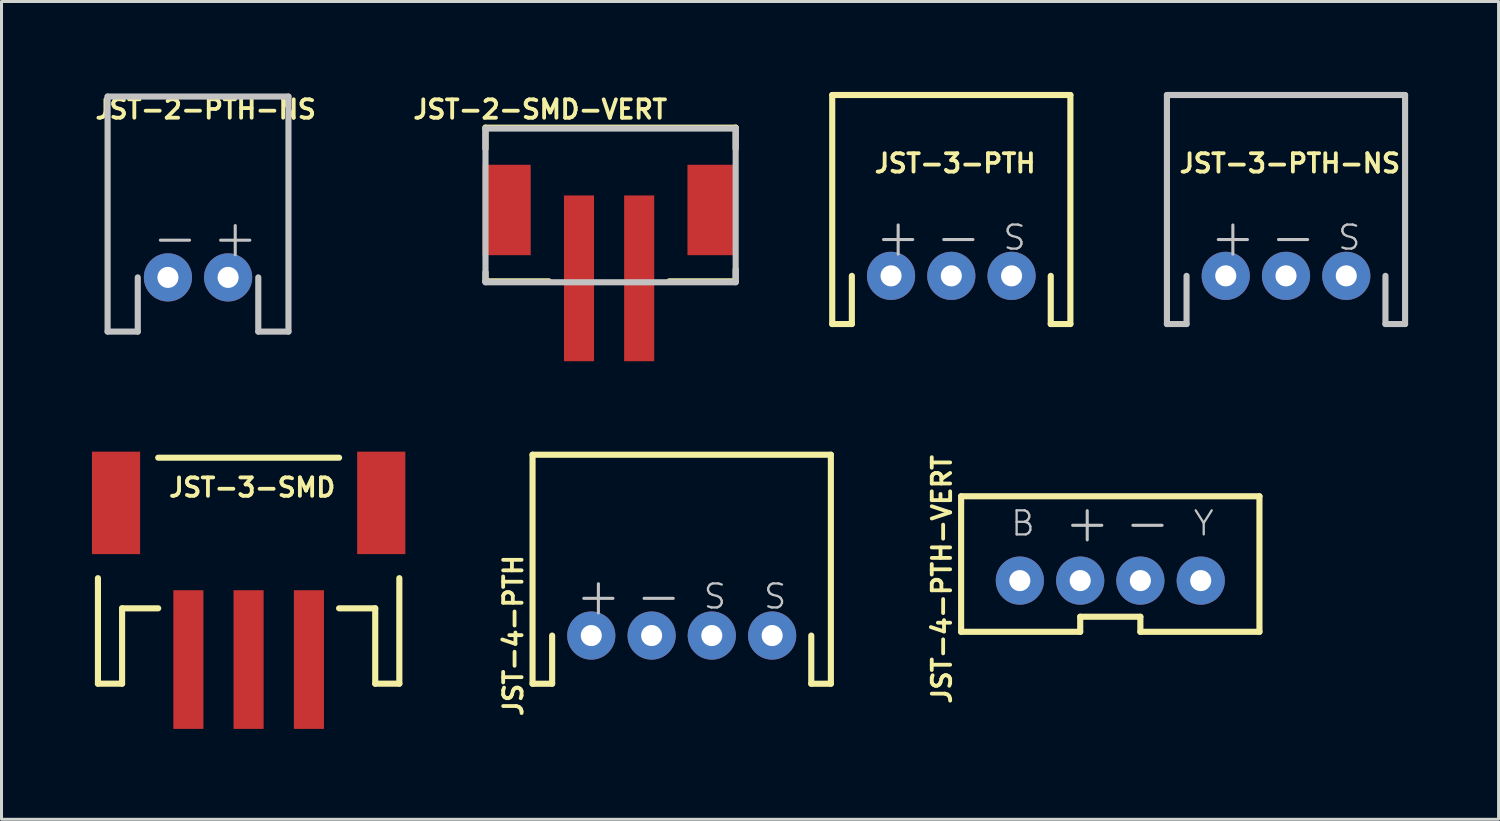
<source format=kicad_pcb>
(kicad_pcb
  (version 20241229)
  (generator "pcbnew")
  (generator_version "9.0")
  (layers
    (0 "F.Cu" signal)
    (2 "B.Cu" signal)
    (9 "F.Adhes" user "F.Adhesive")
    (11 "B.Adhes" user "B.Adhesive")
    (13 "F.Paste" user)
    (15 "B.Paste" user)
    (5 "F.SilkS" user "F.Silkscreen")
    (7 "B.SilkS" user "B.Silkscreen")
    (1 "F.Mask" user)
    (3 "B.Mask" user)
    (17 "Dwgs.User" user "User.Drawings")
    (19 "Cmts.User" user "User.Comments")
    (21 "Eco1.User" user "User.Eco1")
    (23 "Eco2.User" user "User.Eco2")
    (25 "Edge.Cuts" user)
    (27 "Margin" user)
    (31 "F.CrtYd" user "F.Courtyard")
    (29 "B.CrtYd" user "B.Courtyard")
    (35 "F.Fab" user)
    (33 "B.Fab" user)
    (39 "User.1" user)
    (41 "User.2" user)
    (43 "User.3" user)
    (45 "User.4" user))
  (footprint "JST-4-PTH"
    (layer "F.Cu")
    (at 19.564 18.033)
    (property "Reference" "JST-4-PTH" (at -5.588 0 90) (layer "F.SilkS") (effects (font (size 0.61 0.61) (thickness 0.127))))
    (attr exclude_from_pos_files exclude_from_bom)
    (fp_line (start -4.948 -5.999) (end 4.948 -5.999) (stroke (width 0.203) (type solid)) (layer "F.SilkS"))
    (fp_line (start -4.948 1.598) (end -4.948 -5.999) (stroke (width 0.203) (type solid)) (layer "F.SilkS"))
    (fp_line (start -4.948 1.598) (end -4.298 1.598) (stroke (width 0.203) (type solid)) (layer "F.SilkS"))
    (fp_line (start -4.298 1.598) (end -4.298 0) (stroke (width 0.203) (type solid)) (layer "F.SilkS"))
    (fp_line (start 4.298 1.598) (end 4.298 0) (stroke (width 0.203) (type solid)) (layer "F.SilkS"))
    (fp_line (start 4.948 -5.999) (end 4.948 1.598) (stroke (width 0.203) (type solid)) (layer "F.SilkS"))
    (fp_line (start 4.948 1.598) (end 4.298 1.598) (stroke (width 0.203) (type solid)) (layer "F.SilkS"))
    (fp_text user "S" (at 3.099 -1.298 0) (layer "Dwgs.User") (effects (font (size 0.798 0.798) (thickness 0.076))))
    (fp_text user "+" (at -2.764 -1.333 0) (layer "Dwgs.User") (effects (font (size 1.27 1.27) (thickness 0.102))))
    (fp_text user "-" (at -0.765 -1.333 0) (layer "Dwgs.User") (effects (font (size 1.27 1.27) (thickness 0.102))))
    (fp_text user "S" (at 1.1 -1.298 0) (layer "Dwgs.User") (effects (font (size 0.798 0.798) (thickness 0.076))))
    (pad "1" thru_hole circle (at -3 0) (size 1.598 1.598) (drill 0.699) (layers "*.Cu" "*.Paste" "*.Mask"))
    (pad "2" thru_hole circle (at -0.998 0) (size 1.598 1.598) (drill 0.699) (layers "*.Cu" "*.Paste" "*.Mask"))
    (pad "3" thru_hole circle (at 0.998 0) (size 1.598 1.598) (drill 0.699) (layers "*.Cu" "*.Paste" "*.Mask"))
    (pad "4" thru_hole circle (at 3 0) (size 1.598 1.598) (drill 0.699) (layers "*.Cu" "*.Paste" "*.Mask")))
  (footprint "JST-3-PTH-NS"
    (layer "F.Cu")
    (at 39.61 6.101)
    (property "Reference" "JST-3-PTH-NS" (at 0.127 -3.734 0) (layer "F.SilkS") (effects (font (size 0.61 0.61) (thickness 0.127))))
    (attr exclude_from_pos_files exclude_from_bom)
    (fp_line (start -3.95 -5.999) (end 3.95 -5.999) (stroke (width 0.203) (type solid)) (layer "Dwgs.User"))
    (fp_line (start -3.95 1.598) (end -3.95 -5.999) (stroke (width 0.203) (type solid)) (layer "Dwgs.User"))
    (fp_line (start -3.95 1.598) (end -3.299 1.598) (stroke (width 0.203) (type solid)) (layer "Dwgs.User"))
    (fp_line (start -3.299 1.598) (end -3.299 0) (stroke (width 0.203) (type solid)) (layer "Dwgs.User"))
    (fp_line (start 3.299 1.598) (end 3.299 0) (stroke (width 0.203) (type solid)) (layer "Dwgs.User"))
    (fp_line (start 3.95 -5.999) (end 3.95 1.598) (stroke (width 0.203) (type solid)) (layer "Dwgs.User"))
    (fp_line (start 3.95 1.598) (end 3.299 1.598) (stroke (width 0.203) (type solid)) (layer "Dwgs.User"))
    (fp_text user "S" (at 2.098 -1.27 0) (layer "Dwgs.User") (effects (font (size 0.798 0.798) (thickness 0.076))))
    (fp_text user "+" (at -1.763 -1.303 0) (layer "Dwgs.User") (effects (font (size 1.27 1.27) (thickness 0.102))))
    (fp_text user "-" (at 0.234 -1.303 0) (layer "Dwgs.User") (effects (font (size 1.27 1.27) (thickness 0.102))))
    (pad "1" thru_hole circle (at -1.999 0) (size 1.598 1.598) (drill 0.699) (layers "*.Cu" "*.Paste" "*.Mask"))
    (pad "2" thru_hole circle (at 0 0) (size 1.598 1.598) (drill 0.699) (layers "*.Cu" "*.Paste" "*.Mask"))
    (pad "3" thru_hole circle (at 1.999 0) (size 1.598 1.598) (drill 0.699) (layers "*.Cu" "*.Paste" "*.Mask")))
  (footprint "JST-2-PTH-NS"
    (layer "F.Cu")
    (at 3.519 6.152)
    (property "Reference" "JST-2-PTH-NS" (at 0.254 -5.573 0) (layer "F.SilkS") (effects (font (size 0.61 0.61) (thickness 0.127))))
    (attr exclude_from_pos_files exclude_from_bom)
    (fp_line (start -3 -5.999) (end 3 -5.999) (stroke (width 0.203) (type solid)) (layer "Dwgs.User"))
    (fp_line (start -3 1.798) (end -3 -5.999) (stroke (width 0.203) (type solid)) (layer "Dwgs.User"))
    (fp_line (start -1.999 0) (end -1.999 1.798) (stroke (width 0.203) (type solid)) (layer "Dwgs.User"))
    (fp_line (start -1.999 1.798) (end -3 1.798) (stroke (width 0.203) (type solid)) (layer "Dwgs.User"))
    (fp_line (start 1.999 1.798) (end 1.999 0) (stroke (width 0.203) (type solid)) (layer "Dwgs.User"))
    (fp_line (start 3 -5.999) (end 3 1.798) (stroke (width 0.203) (type solid)) (layer "Dwgs.User"))
    (fp_line (start 3 1.798) (end 1.999 1.798) (stroke (width 0.203) (type solid)) (layer "Dwgs.User"))
    (fp_text user "+" (at 1.234 -1.333 0) (layer "Dwgs.User") (effects (font (size 1.27 1.27) (thickness 0.102))))
    (fp_text user "-" (at -0.765 -1.333 0) (layer "Dwgs.User") (effects (font (size 1.27 1.27) (thickness 0.102))))
    (pad "1" thru_hole circle (at -0.998 0) (size 1.598 1.598) (drill 0.699) (layers "*.Cu" "*.Paste" "*.Mask"))
    (pad "2" thru_hole circle (at 0.998 0) (size 1.598 1.598) (drill 0.699) (layers "*.Cu" "*.Paste" "*.Mask")))
  (footprint "JST-3-PTH"
    (layer "F.Cu")
    (at 28.507 6.101)
    (property "Reference" "JST-3-PTH" (at 0.127 -3.734 0) (layer "F.SilkS") (effects (font (size 0.61 0.61) (thickness 0.127))))
    (attr exclude_from_pos_files exclude_from_bom)
    (fp_line (start -3.95 -5.999) (end 3.95 -5.999) (stroke (width 0.203) (type solid)) (layer "F.SilkS"))
    (fp_line (start -3.95 1.598) (end -3.95 -5.999) (stroke (width 0.203) (type solid)) (layer "F.SilkS"))
    (fp_line (start -3.95 1.598) (end -3.299 1.598) (stroke (width 0.203) (type solid)) (layer "F.SilkS"))
    (fp_line (start -3.299 1.598) (end -3.299 0) (stroke (width 0.203) (type solid)) (layer "F.SilkS"))
    (fp_line (start 3.299 1.598) (end 3.299 0) (stroke (width 0.203) (type solid)) (layer "F.SilkS"))
    (fp_line (start 3.95 -5.999) (end 3.95 1.598) (stroke (width 0.203) (type solid)) (layer "F.SilkS"))
    (fp_line (start 3.95 1.598) (end 3.299 1.598) (stroke (width 0.203) (type solid)) (layer "F.SilkS"))
    (fp_text user "-" (at 0.234 -1.303 0) (layer "Dwgs.User") (effects (font (size 1.27 1.27) (thickness 0.102))))
    (fp_text user "S" (at 2.098 -1.27 0) (layer "Dwgs.User") (effects (font (size 0.798 0.798) (thickness 0.076))))
    (fp_text user "+" (at -1.763 -1.303 0) (layer "Dwgs.User") (effects (font (size 1.27 1.27) (thickness 0.102))))
    (pad "1" thru_hole circle (at -1.999 0) (size 1.598 1.598) (drill 0.699) (layers "*.Cu" "*.Paste" "*.Mask"))
    (pad "2" thru_hole circle (at 0 0) (size 1.598 1.598) (drill 0.699) (layers "*.Cu" "*.Paste" "*.Mask"))
    (pad "3" thru_hole circle (at 1.999 0) (size 1.598 1.598) (drill 0.699) (layers "*.Cu" "*.Paste" "*.Mask")))
  (footprint "JST-4-PTH-VERT"
    (layer "F.Cu")
    (at 33.781 15.661)
    (property "Reference" "JST-4-PTH-VERT" (at -5.588 0.508 90) (layer "F.SilkS") (effects (font (size 0.61 0.61) (thickness 0.127))))
    (attr exclude_from_pos_files exclude_from_bom)
    (fp_line (start -4.948 -2.248) (end 4.948 -2.248) (stroke (width 0.203) (type solid)) (layer "F.SilkS"))
    (fp_line (start -4.948 2.248) (end -4.948 -2.248) (stroke (width 0.203) (type solid)) (layer "F.SilkS"))
    (fp_line (start -0.998 1.748) (end -0.998 2.248) (stroke (width 0.203) (type solid)) (layer "F.SilkS"))
    (fp_line (start -0.998 1.748) (end 0.998 1.748) (stroke (width 0.203) (type solid)) (layer "F.SilkS"))
    (fp_line (start -0.998 2.248) (end -4.948 2.248) (stroke (width 0.203) (type solid)) (layer "F.SilkS"))
    (fp_line (start 0.998 1.748) (end 0.998 2.248) (stroke (width 0.203) (type solid)) (layer "F.SilkS"))
    (fp_line (start 4.948 -2.248) (end 4.948 2.248) (stroke (width 0.203) (type solid)) (layer "F.SilkS"))
    (fp_line (start 4.948 2.248) (end 0.998 2.248) (stroke (width 0.203) (type solid)) (layer "F.SilkS"))
    (fp_text user "Y" (at 3.099 -1.349 0) (layer "Dwgs.User") (effects (font (size 0.798 0.798) (thickness 0.076))))
    (fp_text user "-" (at 1.234 -1.384 0) (layer "Dwgs.User") (effects (font (size 1.27 1.27) (thickness 0.102))))
    (fp_text user "B" (at -2.898 -1.349 0) (layer "Dwgs.User") (effects (font (size 0.798 0.798) (thickness 0.076))))
    (fp_text user "+" (at -0.765 -1.384 0) (layer "Dwgs.User") (effects (font (size 1.27 1.27) (thickness 0.102))))
    (pad "1" thru_hole circle (at -3 0.549) (size 1.598 1.598) (drill 0.699) (layers "*.Cu" "*.Paste" "*.Mask"))
    (pad "2" thru_hole circle (at -0.998 0.549) (size 1.598 1.598) (drill 0.699) (layers "*.Cu" "*.Paste" "*.Mask"))
    (pad "3" thru_hole circle (at 0.998 0.549) (size 1.598 1.598) (drill 0.699) (layers "*.Cu" "*.Paste" "*.Mask"))
    (pad "4" thru_hole circle (at 3 0.549) (size 1.598 1.598) (drill 0.699) (layers "*.Cu" "*.Paste" "*.Mask")))
  (footprint "JST-3-SMD"
    (layer "F.Cu")
    (at 5.188 14.061)
    (property "Reference" "JST-3-SMD" (at 0.127 -0.94 0) (layer "F.SilkS") (effects (font (size 0.61 0.61) (thickness 0.127))))
    (attr smd)
    (fp_line (start -4.989 2.068) (end -4.989 5.568) (stroke (width 0.203) (type solid)) (layer "F.SilkS"))
    (fp_line (start -4.989 5.568) (end -4.188 5.568) (stroke (width 0.203) (type solid)) (layer "F.SilkS"))
    (fp_line (start -4.188 3.068) (end -2.99 3.068) (stroke (width 0.203) (type solid)) (layer "F.SilkS"))
    (fp_line (start -4.188 5.568) (end -4.188 3.068) (stroke (width 0.203) (type solid)) (layer "F.SilkS"))
    (fp_line (start 3.01 -1.928) (end -2.99 -1.928) (stroke (width 0.203) (type solid)) (layer "F.SilkS"))
    (fp_line (start 3.01 3.068) (end 4.209 3.068) (stroke (width 0.203) (type solid)) (layer "F.SilkS"))
    (fp_line (start 4.209 3.068) (end 4.209 5.568) (stroke (width 0.203) (type solid)) (layer "F.SilkS"))
    (fp_line (start 4.209 5.568) (end 5.009 5.568) (stroke (width 0.203) (type solid)) (layer "F.SilkS"))
    (fp_line (start 5.009 5.568) (end 5.009 2.068) (stroke (width 0.203) (type solid)) (layer "F.SilkS"))
    (pad "1" smd rect (at -1.989 4.768) (size 0.998 4.6) (layers "F.Cu" "F.Mask" "F.Paste"))
    (pad "2" smd rect (at 0.008 4.768) (size 0.998 4.6) (layers "F.Cu" "F.Mask" "F.Paste"))
    (pad "3" smd rect (at 2.009 4.768) (size 0.998 4.6) (layers "F.Cu" "F.Mask" "F.Paste"))
    (pad "NC1" smd rect (at -4.389 -0.429 90) (size 3.399 1.598) (layers "F.Cu" "F.Mask" "F.Paste"))
    (pad "NC2" smd rect (at 4.409 -0.429 90) (size 3.399 1.598) (layers "F.Cu" "F.Mask" "F.Paste")))
  (footprint "JST-2-SMD-VERT"
    (layer "F.Cu")
    (at 17.155 4.184)
    (property "Reference" "JST-2-SMD-VERT" (at -2.286 -3.604 0) (layer "F.SilkS") (effects (font (size 0.61 0.61) (thickness 0.127))))
    (attr smd)
    (fp_line (start -4.1 -3) (end -4.1 -2.299) (stroke (width 0.203) (type solid)) (layer "F.SilkS"))
    (fp_line (start -4.1 -3) (end 4.199 -3) (stroke (width 0.203) (type solid)) (layer "F.SilkS"))
    (fp_line (start -4.1 2.098) (end -4.1 1.798) (stroke (width 0.203) (type solid)) (layer "F.SilkS"))
    (fp_line (start -1.999 2.098) (end -4.1 2.098) (stroke (width 0.203) (type solid)) (layer "F.SilkS"))
    (fp_line (start 1.999 2.098) (end 4.199 2.098) (stroke (width 0.203) (type solid)) (layer "F.SilkS"))
    (fp_line (start 4.199 -3) (end 4.199 -2.299) (stroke (width 0.203) (type solid)) (layer "F.SilkS"))
    (fp_line (start 4.199 2.098) (end 4.199 1.699) (stroke (width 0.203) (type solid)) (layer "F.SilkS"))
    (fp_line (start -4.1 -2.969) (end 4.199 -2.969) (stroke (width 0.203) (type solid)) (layer "Dwgs.User"))
    (fp_line (start -4.1 2.129) (end -4.1 -2.969) (stroke (width 0.203) (type solid)) (layer "Dwgs.User"))
    (fp_line (start 4.199 -2.969) (end 4.199 2.129) (stroke (width 0.203) (type solid)) (layer "Dwgs.User"))
    (fp_line (start 4.199 2.129) (end -4.1 2.129) (stroke (width 0.203) (type solid)) (layer "Dwgs.User"))
    (pad "GND" smd rect (at 0.998 1.999) (size 0.998 5.499) (layers "F.Cu" "F.Mask" "F.Paste"))
    (pad "P$1" smd rect (at -3.399 -0.269 90) (size 3 1.598) (layers "F.Cu" "F.Mask" "F.Paste"))
    (pad "P$2" smd rect (at 3.399 -0.269 90) (size 3 1.598) (layers "F.Cu" "F.Mask" "F.Paste"))
    (pad "VCC" smd rect (at -0.998 1.999) (size 0.998 5.499) (layers "F.Cu" "F.Mask" "F.Paste")))
  (gr_rect
    (start -3 -3)
    (end 46.661 24.128)
    (stroke (width 0.1) (type default))
    (fill no)
    (layer "Edge.Cuts")))
</source>
